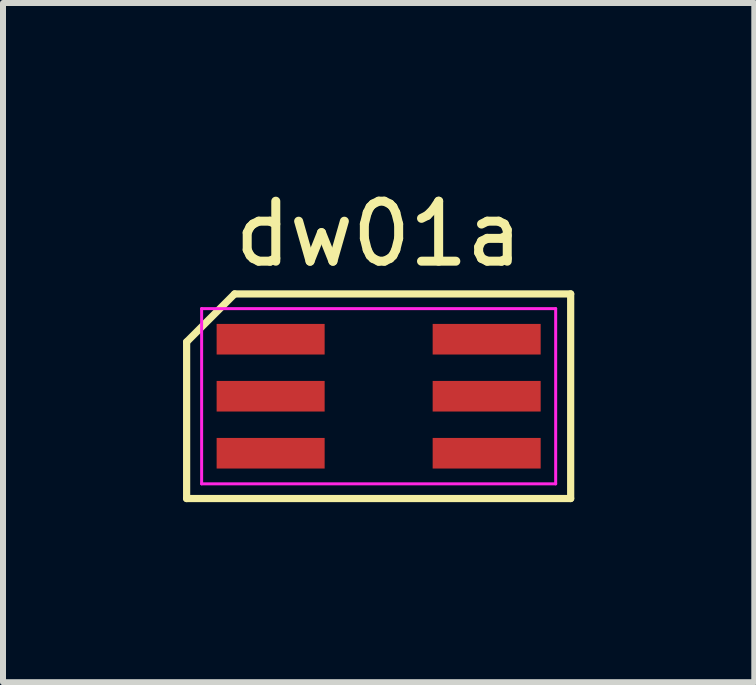
<source format=kicad_pcb>
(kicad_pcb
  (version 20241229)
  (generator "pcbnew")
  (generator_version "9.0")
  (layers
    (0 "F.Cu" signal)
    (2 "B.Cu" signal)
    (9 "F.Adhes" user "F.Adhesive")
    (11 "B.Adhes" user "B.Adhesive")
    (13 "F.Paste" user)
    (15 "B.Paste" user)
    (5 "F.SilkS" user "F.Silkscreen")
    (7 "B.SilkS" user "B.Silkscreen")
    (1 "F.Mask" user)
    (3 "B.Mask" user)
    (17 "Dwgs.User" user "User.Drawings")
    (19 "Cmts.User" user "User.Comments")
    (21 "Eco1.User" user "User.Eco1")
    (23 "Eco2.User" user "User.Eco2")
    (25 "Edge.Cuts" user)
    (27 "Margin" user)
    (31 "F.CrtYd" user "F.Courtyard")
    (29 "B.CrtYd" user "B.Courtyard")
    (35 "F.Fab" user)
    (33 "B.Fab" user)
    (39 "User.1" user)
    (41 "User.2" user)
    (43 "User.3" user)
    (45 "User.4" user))
  (footprint "dw01a"
    (layer "F.Cu")
    (at 3.26 3.553)
    (property "Reference" "dw01a" (at 0 -2.705 0) (layer "F.SilkS") (effects (font (size 1 1) (thickness 0.15))))
    (attr through_hole)
    (fp_line (start -3.2 -0.905) (end -2.4 -1.705) (stroke (width 0.12) (type solid)) (layer "F.SilkS"))
    (fp_line (start -3.2 1.705) (end -3.2 -0.905) (stroke (width 0.12) (type solid)) (layer "F.SilkS"))
    (fp_line (start -2.4 -1.705) (end 3.2 -1.705) (stroke (width 0.12) (type solid)) (layer "F.SilkS"))
    (fp_line (start 3.2 -1.705) (end 3.2 1.705) (stroke (width 0.12) (type solid)) (layer "F.SilkS"))
    (fp_line (start 3.2 1.705) (end -3.2 1.705) (stroke (width 0.12) (type solid)) (layer "F.SilkS"))
    (fp_line (start -2.95 -1.46) (end 2.95 -1.46) (stroke (width 0.05) (type solid)) (layer "F.CrtYd"))
    (fp_line (start -2.95 1.46) (end -2.95 -1.46) (stroke (width 0.05) (type solid)) (layer "F.CrtYd"))
    (fp_line (start 2.95 -1.46) (end 2.95 1.46) (stroke (width 0.05) (type solid)) (layer "F.CrtYd"))
    (fp_line (start 2.95 1.46) (end -2.95 1.46) (stroke (width 0.05) (type solid)) (layer "F.CrtYd"))
    (pad "1" smd rect (at -1.8 -0.95 270) (size 0.51 1.8) (layers "F.Cu" "F.Mask" "F.Paste"))
    (pad "2" smd rect (at -1.8 0 270) (size 0.51 1.8) (layers "F.Cu" "F.Mask" "F.Paste"))
    (pad "3" smd rect (at -1.8 0.95 270) (size 0.51 1.8) (layers "F.Cu" "F.Mask" "F.Paste"))
    (pad "4" smd rect (at 1.8 0.95 270) (size 0.51 1.8) (layers "F.Cu" "F.Mask" "F.Paste"))
    (pad "5" smd rect (at 1.8 0 270) (size 0.51 1.8) (layers "F.Cu" "F.Mask" "F.Paste"))
    (pad "6" smd rect (at 1.8 -0.95 270) (size 0.51 1.8) (layers "F.Cu" "F.Mask" "F.Paste")))
  (gr_rect
    (start -3 -3)
    (end 9.52 8.318)
    (stroke (width 0.1) (type default))
    (fill no)
    (layer "Edge.Cuts")))
</source>
